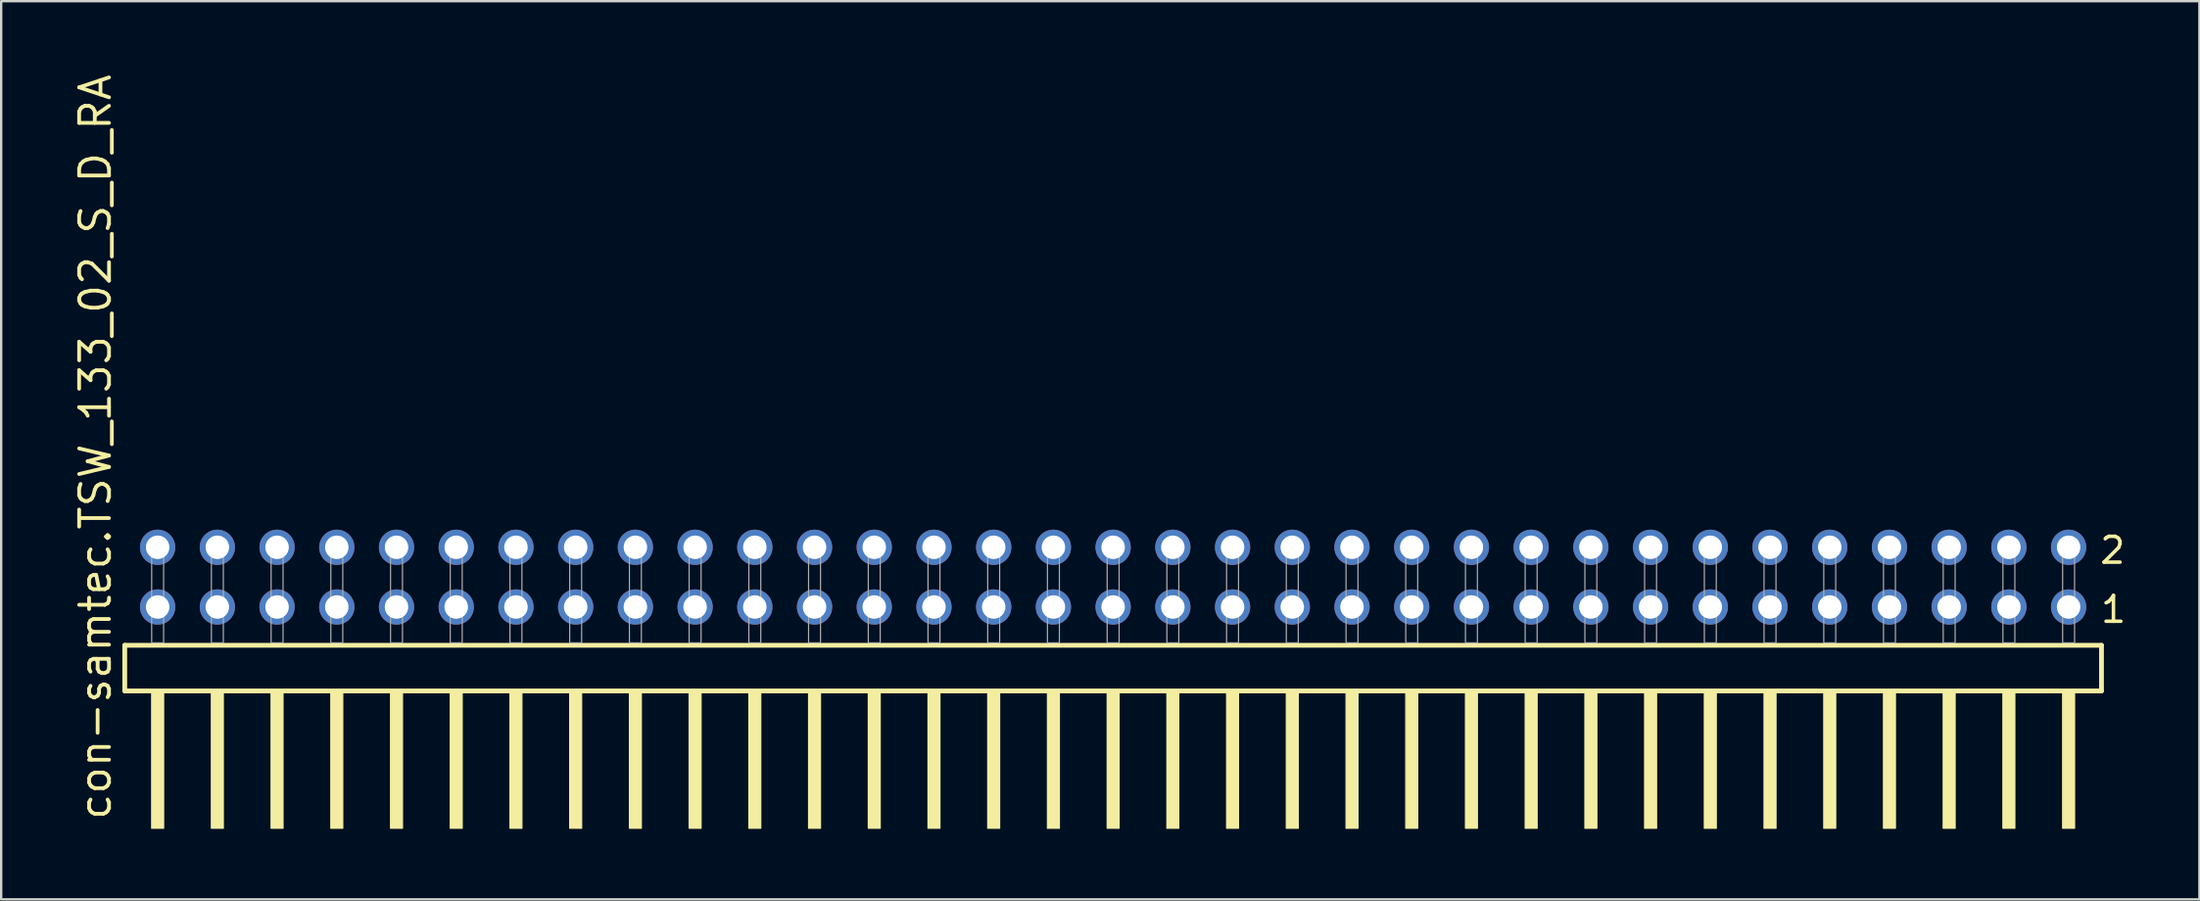
<source format=kicad_pcb>
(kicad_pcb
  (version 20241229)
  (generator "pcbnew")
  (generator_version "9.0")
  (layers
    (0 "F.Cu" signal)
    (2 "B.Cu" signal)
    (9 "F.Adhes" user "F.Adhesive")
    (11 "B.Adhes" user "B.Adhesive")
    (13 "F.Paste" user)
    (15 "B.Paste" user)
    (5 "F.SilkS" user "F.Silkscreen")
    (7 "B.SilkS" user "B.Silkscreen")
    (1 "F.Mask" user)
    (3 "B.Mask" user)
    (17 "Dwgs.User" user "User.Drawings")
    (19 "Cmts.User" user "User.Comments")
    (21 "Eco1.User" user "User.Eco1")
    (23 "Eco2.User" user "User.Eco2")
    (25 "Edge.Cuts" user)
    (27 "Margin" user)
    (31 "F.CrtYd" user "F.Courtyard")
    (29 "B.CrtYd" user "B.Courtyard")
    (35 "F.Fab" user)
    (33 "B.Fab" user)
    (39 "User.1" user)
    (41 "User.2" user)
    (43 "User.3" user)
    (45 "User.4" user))
  (footprint "con-samtec.TSW_133_02_S_D_RA"
    (layer "F.Cu")
    (at 44.295 24.296)
    (property "Reference" "con-samtec.TSW_133_02_S_D_RA" (at -42.545 7.62 90) (layer "F.SilkS") (effects (font (size 1.27 1.27) (thickness 0.16)) (justify left bottom)))
    (attr through_hole)
    (fp_line (start -42.039 0.106) (end -42.039 2.046) (stroke (width 0.203) (type default)) (layer "F.SilkS"))
    (fp_line (start -42.039 2.046) (end 42.039 2.046) (stroke (width 0.203) (type default)) (layer "F.SilkS"))
    (fp_line (start 42.039 0.106) (end -42.039 0.106) (stroke (width 0.203) (type default)) (layer "F.SilkS"))
    (fp_line (start 42.039 2.046) (end 42.039 0.106) (stroke (width 0.203) (type default)) (layer "F.SilkS"))
    (fp_rect (start -40.894 7.89) (end -40.386 2.04) (stroke (width 0.05) (type default)) (fill yes) (layer "F.SilkS"))
    (fp_rect (start -38.354 7.89) (end -37.846 2.04) (stroke (width 0.05) (type default)) (fill yes) (layer "F.SilkS"))
    (fp_rect (start -35.814 7.89) (end -35.306 2.04) (stroke (width 0.05) (type default)) (fill yes) (layer "F.SilkS"))
    (fp_rect (start -33.274 7.89) (end -32.766 2.04) (stroke (width 0.05) (type default)) (fill yes) (layer "F.SilkS"))
    (fp_rect (start -30.734 7.89) (end -30.226 2.04) (stroke (width 0.05) (type default)) (fill yes) (layer "F.SilkS"))
    (fp_rect (start -28.194 7.89) (end -27.686 2.04) (stroke (width 0.05) (type default)) (fill yes) (layer "F.SilkS"))
    (fp_rect (start -25.654 7.89) (end -25.146 2.04) (stroke (width 0.05) (type default)) (fill yes) (layer "F.SilkS"))
    (fp_rect (start -23.114 7.89) (end -22.606 2.04) (stroke (width 0.05) (type default)) (fill yes) (layer "F.SilkS"))
    (fp_rect (start -20.574 7.89) (end -20.066 2.04) (stroke (width 0.05) (type default)) (fill yes) (layer "F.SilkS"))
    (fp_rect (start -18.034 7.89) (end -17.526 2.04) (stroke (width 0.05) (type default)) (fill yes) (layer "F.SilkS"))
    (fp_rect (start -15.494 7.89) (end -14.986 2.04) (stroke (width 0.05) (type default)) (fill yes) (layer "F.SilkS"))
    (fp_rect (start -12.954 7.89) (end -12.446 2.04) (stroke (width 0.05) (type default)) (fill yes) (layer "F.SilkS"))
    (fp_rect (start -10.414 7.89) (end -9.906 2.04) (stroke (width 0.05) (type default)) (fill yes) (layer "F.SilkS"))
    (fp_rect (start -7.874 7.89) (end -7.366 2.04) (stroke (width 0.05) (type default)) (fill yes) (layer "F.SilkS"))
    (fp_rect (start -5.334 7.89) (end -4.826 2.04) (stroke (width 0.05) (type default)) (fill yes) (layer "F.SilkS"))
    (fp_rect (start -2.794 7.89) (end -2.286 2.04) (stroke (width 0.05) (type default)) (fill yes) (layer "F.SilkS"))
    (fp_rect (start -0.254 7.89) (end 0.254 2.04) (stroke (width 0.05) (type default)) (fill yes) (layer "F.SilkS"))
    (fp_rect (start 2.286 7.89) (end 2.794 2.04) (stroke (width 0.05) (type default)) (fill yes) (layer "F.SilkS"))
    (fp_rect (start 4.826 7.89) (end 5.334 2.04) (stroke (width 0.05) (type default)) (fill yes) (layer "F.SilkS"))
    (fp_rect (start 7.366 7.89) (end 7.874 2.04) (stroke (width 0.05) (type default)) (fill yes) (layer "F.SilkS"))
    (fp_rect (start 9.906 7.89) (end 10.414 2.04) (stroke (width 0.05) (type default)) (fill yes) (layer "F.SilkS"))
    (fp_rect (start 12.446 7.89) (end 12.954 2.04) (stroke (width 0.05) (type default)) (fill yes) (layer "F.SilkS"))
    (fp_rect (start 14.986 7.89) (end 15.494 2.04) (stroke (width 0.05) (type default)) (fill yes) (layer "F.SilkS"))
    (fp_rect (start 17.526 7.89) (end 18.034 2.04) (stroke (width 0.05) (type default)) (fill yes) (layer "F.SilkS"))
    (fp_rect (start 20.066 7.89) (end 20.574 2.04) (stroke (width 0.05) (type default)) (fill yes) (layer "F.SilkS"))
    (fp_rect (start 22.606 7.89) (end 23.114 2.04) (stroke (width 0.05) (type default)) (fill yes) (layer "F.SilkS"))
    (fp_rect (start 25.146 7.89) (end 25.654 2.04) (stroke (width 0.05) (type default)) (fill yes) (layer "F.SilkS"))
    (fp_rect (start 27.686 7.89) (end 28.194 2.04) (stroke (width 0.05) (type default)) (fill yes) (layer "F.SilkS"))
    (fp_rect (start 30.226 7.89) (end 30.734 2.04) (stroke (width 0.05) (type default)) (fill yes) (layer "F.SilkS"))
    (fp_rect (start 32.766 7.89) (end 33.274 2.04) (stroke (width 0.05) (type default)) (fill yes) (layer "F.SilkS"))
    (fp_rect (start 35.306 7.89) (end 35.814 2.04) (stroke (width 0.05) (type default)) (fill yes) (layer "F.SilkS"))
    (fp_rect (start 37.846 7.89) (end 38.354 2.04) (stroke (width 0.05) (type default)) (fill yes) (layer "F.SilkS"))
    (fp_rect (start 40.386 7.89) (end 40.894 2.04) (stroke (width 0.05) (type default)) (fill yes) (layer "F.SilkS"))
    (fp_rect (start -40.894 0) (end -40.386 -4.318) (stroke (width 0.05) (type default)) (fill no) (layer "F.Fab"))
    (fp_rect (start -38.354 0) (end -37.846 -4.318) (stroke (width 0.05) (type default)) (fill no) (layer "F.Fab"))
    (fp_rect (start -35.814 0) (end -35.306 -4.318) (stroke (width 0.05) (type default)) (fill no) (layer "F.Fab"))
    (fp_rect (start -33.274 0) (end -32.766 -4.318) (stroke (width 0.05) (type default)) (fill no) (layer "F.Fab"))
    (fp_rect (start -30.734 0) (end -30.226 -4.318) (stroke (width 0.05) (type default)) (fill no) (layer "F.Fab"))
    (fp_rect (start -28.194 0) (end -27.686 -4.318) (stroke (width 0.05) (type default)) (fill no) (layer "F.Fab"))
    (fp_rect (start -25.654 0) (end -25.146 -4.318) (stroke (width 0.05) (type default)) (fill no) (layer "F.Fab"))
    (fp_rect (start -23.114 0) (end -22.606 -4.318) (stroke (width 0.05) (type default)) (fill no) (layer "F.Fab"))
    (fp_rect (start -20.574 0) (end -20.066 -4.318) (stroke (width 0.05) (type default)) (fill no) (layer "F.Fab"))
    (fp_rect (start -18.034 0) (end -17.526 -4.318) (stroke (width 0.05) (type default)) (fill no) (layer "F.Fab"))
    (fp_rect (start -15.494 0) (end -14.986 -4.318) (stroke (width 0.05) (type default)) (fill no) (layer "F.Fab"))
    (fp_rect (start -12.954 0) (end -12.446 -4.318) (stroke (width 0.05) (type default)) (fill no) (layer "F.Fab"))
    (fp_rect (start -10.414 0) (end -9.906 -4.318) (stroke (width 0.05) (type default)) (fill no) (layer "F.Fab"))
    (fp_rect (start -7.874 0) (end -7.366 -4.318) (stroke (width 0.05) (type default)) (fill no) (layer "F.Fab"))
    (fp_rect (start -5.334 0) (end -4.826 -4.318) (stroke (width 0.05) (type default)) (fill no) (layer "F.Fab"))
    (fp_rect (start -2.794 0) (end -2.286 -4.318) (stroke (width 0.05) (type default)) (fill no) (layer "F.Fab"))
    (fp_rect (start -0.254 0) (end 0.254 -4.318) (stroke (width 0.05) (type default)) (fill no) (layer "F.Fab"))
    (fp_rect (start 2.286 0) (end 2.794 -4.318) (stroke (width 0.05) (type default)) (fill no) (layer "F.Fab"))
    (fp_rect (start 4.826 0) (end 5.334 -4.318) (stroke (width 0.05) (type default)) (fill no) (layer "F.Fab"))
    (fp_rect (start 7.366 0) (end 7.874 -4.318) (stroke (width 0.05) (type default)) (fill no) (layer "F.Fab"))
    (fp_rect (start 9.906 0) (end 10.414 -4.318) (stroke (width 0.05) (type default)) (fill no) (layer "F.Fab"))
    (fp_rect (start 12.446 0) (end 12.954 -4.318) (stroke (width 0.05) (type default)) (fill no) (layer "F.Fab"))
    (fp_rect (start 14.986 0) (end 15.494 -4.318) (stroke (width 0.05) (type default)) (fill no) (layer "F.Fab"))
    (fp_rect (start 17.526 0) (end 18.034 -4.318) (stroke (width 0.05) (type default)) (fill no) (layer "F.Fab"))
    (fp_rect (start 20.066 0) (end 20.574 -4.318) (stroke (width 0.05) (type default)) (fill no) (layer "F.Fab"))
    (fp_rect (start 22.606 0) (end 23.114 -4.318) (stroke (width 0.05) (type default)) (fill no) (layer "F.Fab"))
    (fp_rect (start 25.146 0) (end 25.654 -4.318) (stroke (width 0.05) (type default)) (fill no) (layer "F.Fab"))
    (fp_rect (start 27.686 0) (end 28.194 -4.318) (stroke (width 0.05) (type default)) (fill no) (layer "F.Fab"))
    (fp_rect (start 30.226 0) (end 30.734 -4.318) (stroke (width 0.05) (type default)) (fill no) (layer "F.Fab"))
    (fp_rect (start 32.766 0) (end 33.274 -4.318) (stroke (width 0.05) (type default)) (fill no) (layer "F.Fab"))
    (fp_rect (start 35.306 0) (end 35.814 -4.318) (stroke (width 0.05) (type default)) (fill no) (layer "F.Fab"))
    (fp_rect (start 37.846 0) (end 38.354 -4.318) (stroke (width 0.05) (type default)) (fill no) (layer "F.Fab"))
    (fp_rect (start 40.386 0) (end 40.894 -4.318) (stroke (width 0.05) (type default)) (fill no) (layer "F.Fab"))
    (fp_text user "1" (at 41.925 -0.775 0) (layer "F.SilkS") (effects (font (size 1.1 1.1) (thickness 0.15)) (justify left bottom)))
    (fp_text user "2" (at 41.89 -3.29 0) (layer "F.SilkS") (effects (font (size 1.1 1.1) (thickness 0.15)) (justify left bottom)))
    (pad "1" thru_hole circle (at 40.64 -1.524 180) (size 1.5 1.5) (drill 1) (layers "*.Cu" "*.Mask"))
    (pad "2" thru_hole circle (at 40.64 -4.064 180) (size 1.5 1.5) (drill 1) (layers "*.Cu" "*.Mask"))
    (pad "3" thru_hole circle (at 38.1 -1.524 180) (size 1.5 1.5) (drill 1) (layers "*.Cu" "*.Mask"))
    (pad "4" thru_hole circle (at 38.1 -4.064 180) (size 1.5 1.5) (drill 1) (layers "*.Cu" "*.Mask"))
    (pad "5" thru_hole circle (at 35.56 -1.524 180) (size 1.5 1.5) (drill 1) (layers "*.Cu" "*.Mask"))
    (pad "6" thru_hole circle (at 35.56 -4.064 180) (size 1.5 1.5) (drill 1) (layers "*.Cu" "*.Mask"))
    (pad "7" thru_hole circle (at 33.02 -1.524 180) (size 1.5 1.5) (drill 1) (layers "*.Cu" "*.Mask"))
    (pad "8" thru_hole circle (at 33.02 -4.064 180) (size 1.5 1.5) (drill 1) (layers "*.Cu" "*.Mask"))
    (pad "9" thru_hole circle (at 30.48 -1.524 180) (size 1.5 1.5) (drill 1) (layers "*.Cu" "*.Mask"))
    (pad "10" thru_hole circle (at 30.48 -4.064 180) (size 1.5 1.5) (drill 1) (layers "*.Cu" "*.Mask"))
    (pad "11" thru_hole circle (at 27.94 -1.524 180) (size 1.5 1.5) (drill 1) (layers "*.Cu" "*.Mask"))
    (pad "12" thru_hole circle (at 27.94 -4.064 180) (size 1.5 1.5) (drill 1) (layers "*.Cu" "*.Mask"))
    (pad "13" thru_hole circle (at 25.4 -1.524 180) (size 1.5 1.5) (drill 1) (layers "*.Cu" "*.Mask"))
    (pad "14" thru_hole circle (at 25.4 -4.064 180) (size 1.5 1.5) (drill 1) (layers "*.Cu" "*.Mask"))
    (pad "15" thru_hole circle (at 22.86 -1.524 180) (size 1.5 1.5) (drill 1) (layers "*.Cu" "*.Mask"))
    (pad "16" thru_hole circle (at 22.86 -4.064 180) (size 1.5 1.5) (drill 1) (layers "*.Cu" "*.Mask"))
    (pad "17" thru_hole circle (at 20.32 -1.524 180) (size 1.5 1.5) (drill 1) (layers "*.Cu" "*.Mask"))
    (pad "18" thru_hole circle (at 20.32 -4.064 180) (size 1.5 1.5) (drill 1) (layers "*.Cu" "*.Mask"))
    (pad "19" thru_hole circle (at 17.78 -1.524 180) (size 1.5 1.5) (drill 1) (layers "*.Cu" "*.Mask"))
    (pad "20" thru_hole circle (at 17.78 -4.064 180) (size 1.5 1.5) (drill 1) (layers "*.Cu" "*.Mask"))
    (pad "21" thru_hole circle (at 15.24 -1.524 180) (size 1.5 1.5) (drill 1) (layers "*.Cu" "*.Mask"))
    (pad "22" thru_hole circle (at 15.24 -4.064 180) (size 1.5 1.5) (drill 1) (layers "*.Cu" "*.Mask"))
    (pad "23" thru_hole circle (at 12.7 -1.524 180) (size 1.5 1.5) (drill 1) (layers "*.Cu" "*.Mask"))
    (pad "24" thru_hole circle (at 12.7 -4.064 180) (size 1.5 1.5) (drill 1) (layers "*.Cu" "*.Mask"))
    (pad "25" thru_hole circle (at 10.16 -1.524 180) (size 1.5 1.5) (drill 1) (layers "*.Cu" "*.Mask"))
    (pad "26" thru_hole circle (at 10.16 -4.064 180) (size 1.5 1.5) (drill 1) (layers "*.Cu" "*.Mask"))
    (pad "27" thru_hole circle (at 7.62 -1.524 180) (size 1.5 1.5) (drill 1) (layers "*.Cu" "*.Mask"))
    (pad "28" thru_hole circle (at 7.62 -4.064 180) (size 1.5 1.5) (drill 1) (layers "*.Cu" "*.Mask"))
    (pad "29" thru_hole circle (at 5.08 -1.524 180) (size 1.5 1.5) (drill 1) (layers "*.Cu" "*.Mask"))
    (pad "30" thru_hole circle (at 5.08 -4.064 180) (size 1.5 1.5) (drill 1) (layers "*.Cu" "*.Mask"))
    (pad "31" thru_hole circle (at 2.54 -1.524 180) (size 1.5 1.5) (drill 1) (layers "*.Cu" "*.Mask"))
    (pad "32" thru_hole circle (at 2.54 -4.064 180) (size 1.5 1.5) (drill 1) (layers "*.Cu" "*.Mask"))
    (pad "33" thru_hole circle (at 0 -1.524 180) (size 1.5 1.5) (drill 1) (layers "*.Cu" "*.Mask"))
    (pad "34" thru_hole circle (at 0 -4.064 180) (size 1.5 1.5) (drill 1) (layers "*.Cu" "*.Mask"))
    (pad "35" thru_hole circle (at -2.54 -1.524 180) (size 1.5 1.5) (drill 1) (layers "*.Cu" "*.Mask"))
    (pad "36" thru_hole circle (at -2.54 -4.064 180) (size 1.5 1.5) (drill 1) (layers "*.Cu" "*.Mask"))
    (pad "37" thru_hole circle (at -5.08 -1.524 180) (size 1.5 1.5) (drill 1) (layers "*.Cu" "*.Mask"))
    (pad "38" thru_hole circle (at -5.08 -4.064 180) (size 1.5 1.5) (drill 1) (layers "*.Cu" "*.Mask"))
    (pad "39" thru_hole circle (at -7.62 -1.524 180) (size 1.5 1.5) (drill 1) (layers "*.Cu" "*.Mask"))
    (pad "40" thru_hole circle (at -7.62 -4.064 180) (size 1.5 1.5) (drill 1) (layers "*.Cu" "*.Mask"))
    (pad "41" thru_hole circle (at -10.16 -1.524 180) (size 1.5 1.5) (drill 1) (layers "*.Cu" "*.Mask"))
    (pad "42" thru_hole circle (at -10.16 -4.064 180) (size 1.5 1.5) (drill 1) (layers "*.Cu" "*.Mask"))
    (pad "43" thru_hole circle (at -12.7 -1.524 180) (size 1.5 1.5) (drill 1) (layers "*.Cu" "*.Mask"))
    (pad "44" thru_hole circle (at -12.7 -4.064 180) (size 1.5 1.5) (drill 1) (layers "*.Cu" "*.Mask"))
    (pad "45" thru_hole circle (at -15.24 -1.524 180) (size 1.5 1.5) (drill 1) (layers "*.Cu" "*.Mask"))
    (pad "46" thru_hole circle (at -15.24 -4.064 180) (size 1.5 1.5) (drill 1) (layers "*.Cu" "*.Mask"))
    (pad "47" thru_hole circle (at -17.78 -1.524 180) (size 1.5 1.5) (drill 1) (layers "*.Cu" "*.Mask"))
    (pad "48" thru_hole circle (at -17.78 -4.064 180) (size 1.5 1.5) (drill 1) (layers "*.Cu" "*.Mask"))
    (pad "49" thru_hole circle (at -20.32 -1.524 180) (size 1.5 1.5) (drill 1) (layers "*.Cu" "*.Mask"))
    (pad "50" thru_hole circle (at -20.32 -4.064 180) (size 1.5 1.5) (drill 1) (layers "*.Cu" "*.Mask"))
    (pad "51" thru_hole circle (at -22.86 -1.524 180) (size 1.5 1.5) (drill 1) (layers "*.Cu" "*.Mask"))
    (pad "52" thru_hole circle (at -22.86 -4.064 180) (size 1.5 1.5) (drill 1) (layers "*.Cu" "*.Mask"))
    (pad "53" thru_hole circle (at -25.4 -1.524 180) (size 1.5 1.5) (drill 1) (layers "*.Cu" "*.Mask"))
    (pad "54" thru_hole circle (at -25.4 -4.064 180) (size 1.5 1.5) (drill 1) (layers "*.Cu" "*.Mask"))
    (pad "55" thru_hole circle (at -27.94 -1.524 180) (size 1.5 1.5) (drill 1) (layers "*.Cu" "*.Mask"))
    (pad "56" thru_hole circle (at -27.94 -4.064 180) (size 1.5 1.5) (drill 1) (layers "*.Cu" "*.Mask"))
    (pad "57" thru_hole circle (at -30.48 -1.524 180) (size 1.5 1.5) (drill 1) (layers "*.Cu" "*.Mask"))
    (pad "58" thru_hole circle (at -30.48 -4.064 180) (size 1.5 1.5) (drill 1) (layers "*.Cu" "*.Mask"))
    (pad "59" thru_hole circle (at -33.02 -1.524 180) (size 1.5 1.5) (drill 1) (layers "*.Cu" "*.Mask"))
    (pad "60" thru_hole circle (at -33.02 -4.064 180) (size 1.5 1.5) (drill 1) (layers "*.Cu" "*.Mask"))
    (pad "61" thru_hole circle (at -35.56 -1.524 180) (size 1.5 1.5) (drill 1) (layers "*.Cu" "*.Mask"))
    (pad "62" thru_hole circle (at -35.56 -4.064 180) (size 1.5 1.5) (drill 1) (layers "*.Cu" "*.Mask"))
    (pad "63" thru_hole circle (at -38.1 -1.524 180) (size 1.5 1.5) (drill 1) (layers "*.Cu" "*.Mask"))
    (pad "64" thru_hole circle (at -38.1 -4.064 180) (size 1.5 1.5) (drill 1) (layers "*.Cu" "*.Mask"))
    (pad "65" thru_hole circle (at -40.64 -1.524 180) (size 1.5 1.5) (drill 1) (layers "*.Cu" "*.Mask"))
    (pad "66" thru_hole circle (at -40.64 -4.064 180) (size 1.5 1.5) (drill 1) (layers "*.Cu" "*.Mask")))
  (gr_rect
    (start -3 -3)
    (end 90.498 35.211)
    (stroke (width 0.1) (type default))
    (fill no)
    (layer "Edge.Cuts")))
</source>
